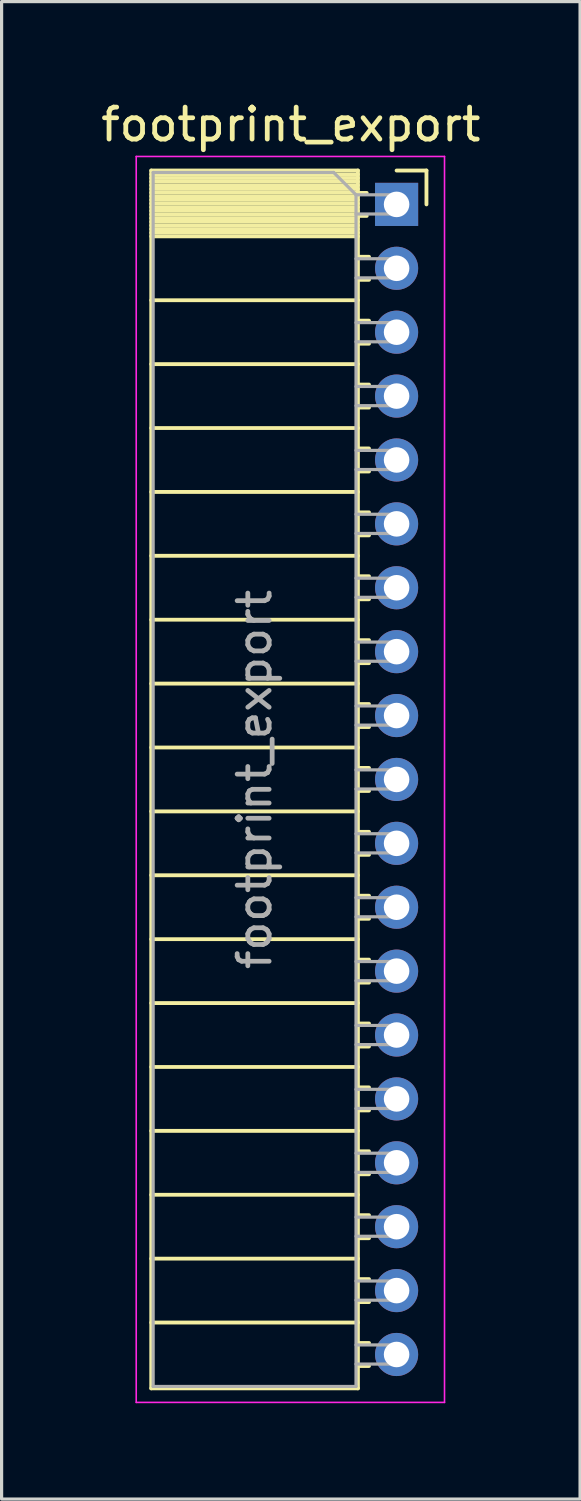
<source format=kicad_pcb>
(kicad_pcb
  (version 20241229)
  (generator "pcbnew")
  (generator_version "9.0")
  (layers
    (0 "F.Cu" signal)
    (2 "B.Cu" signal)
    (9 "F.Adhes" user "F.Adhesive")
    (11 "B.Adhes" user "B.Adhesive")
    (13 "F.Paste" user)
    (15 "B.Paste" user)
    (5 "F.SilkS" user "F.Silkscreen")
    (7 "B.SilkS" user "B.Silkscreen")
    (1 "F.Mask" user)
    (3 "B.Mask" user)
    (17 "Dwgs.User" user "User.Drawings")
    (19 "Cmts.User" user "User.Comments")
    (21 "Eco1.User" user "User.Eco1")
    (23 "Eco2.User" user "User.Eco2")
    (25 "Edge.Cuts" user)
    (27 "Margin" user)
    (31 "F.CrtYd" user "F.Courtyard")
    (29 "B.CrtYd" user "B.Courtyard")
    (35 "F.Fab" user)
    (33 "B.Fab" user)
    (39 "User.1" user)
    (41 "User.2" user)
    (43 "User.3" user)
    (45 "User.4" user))
  (footprint "footprint_export"
    (layer "F.Cu")
    (at 9.364 3.348)
    (property "Reference" "footprint_export" (at -3.31 -2.5 0) (layer "F.SilkS") (effects (font (size 1 1) (thickness 0.15))))
    (attr through_hole)
    (fp_line (start -7.68 -1.06) (end -7.68 37.06) (stroke (width 0.12) (type solid)) (layer "F.SilkS"))
    (fp_line (start -7.68 -1.06) (end -1.21 -1.06) (stroke (width 0.12) (type solid)) (layer "F.SilkS"))
    (fp_line (start -7.68 -0.94) (end -1.21 -0.94) (stroke (width 0.12) (type solid)) (layer "F.SilkS"))
    (fp_line (start -7.68 -0.826) (end -1.21 -0.826) (stroke (width 0.12) (type solid)) (layer "F.SilkS"))
    (fp_line (start -7.68 -0.712) (end -1.21 -0.712) (stroke (width 0.12) (type solid)) (layer "F.SilkS"))
    (fp_line (start -7.68 -0.598) (end -1.21 -0.598) (stroke (width 0.12) (type solid)) (layer "F.SilkS"))
    (fp_line (start -7.68 -0.484) (end -1.21 -0.484) (stroke (width 0.12) (type solid)) (layer "F.SilkS"))
    (fp_line (start -7.68 -0.369) (end -1.21 -0.369) (stroke (width 0.12) (type solid)) (layer "F.SilkS"))
    (fp_line (start -7.68 -0.255) (end -1.21 -0.255) (stroke (width 0.12) (type solid)) (layer "F.SilkS"))
    (fp_line (start -7.68 -0.141) (end -1.21 -0.141) (stroke (width 0.12) (type solid)) (layer "F.SilkS"))
    (fp_line (start -7.68 -0.027) (end -1.21 -0.027) (stroke (width 0.12) (type solid)) (layer "F.SilkS"))
    (fp_line (start -7.68 0.087) (end -1.21 0.087) (stroke (width 0.12) (type solid)) (layer "F.SilkS"))
    (fp_line (start -7.68 0.201) (end -1.21 0.201) (stroke (width 0.12) (type solid)) (layer "F.SilkS"))
    (fp_line (start -7.68 0.315) (end -1.21 0.315) (stroke (width 0.12) (type solid)) (layer "F.SilkS"))
    (fp_line (start -7.68 0.429) (end -1.21 0.429) (stroke (width 0.12) (type solid)) (layer "F.SilkS"))
    (fp_line (start -7.68 0.544) (end -1.21 0.544) (stroke (width 0.12) (type solid)) (layer "F.SilkS"))
    (fp_line (start -7.68 0.658) (end -1.21 0.658) (stroke (width 0.12) (type solid)) (layer "F.SilkS"))
    (fp_line (start -7.68 0.772) (end -1.21 0.772) (stroke (width 0.12) (type solid)) (layer "F.SilkS"))
    (fp_line (start -7.68 0.886) (end -1.21 0.886) (stroke (width 0.12) (type solid)) (layer "F.SilkS"))
    (fp_line (start -7.68 1) (end -1.21 1) (stroke (width 0.12) (type solid)) (layer "F.SilkS"))
    (fp_line (start -7.68 3) (end -1.21 3) (stroke (width 0.12) (type solid)) (layer "F.SilkS"))
    (fp_line (start -7.68 5) (end -1.21 5) (stroke (width 0.12) (type solid)) (layer "F.SilkS"))
    (fp_line (start -7.68 7) (end -1.21 7) (stroke (width 0.12) (type solid)) (layer "F.SilkS"))
    (fp_line (start -7.68 9) (end -1.21 9) (stroke (width 0.12) (type solid)) (layer "F.SilkS"))
    (fp_line (start -7.68 11) (end -1.21 11) (stroke (width 0.12) (type solid)) (layer "F.SilkS"))
    (fp_line (start -7.68 13) (end -1.21 13) (stroke (width 0.12) (type solid)) (layer "F.SilkS"))
    (fp_line (start -7.68 15) (end -1.21 15) (stroke (width 0.12) (type solid)) (layer "F.SilkS"))
    (fp_line (start -7.68 17) (end -1.21 17) (stroke (width 0.12) (type solid)) (layer "F.SilkS"))
    (fp_line (start -7.68 19) (end -1.21 19) (stroke (width 0.12) (type solid)) (layer "F.SilkS"))
    (fp_line (start -7.68 21) (end -1.21 21) (stroke (width 0.12) (type solid)) (layer "F.SilkS"))
    (fp_line (start -7.68 23) (end -1.21 23) (stroke (width 0.12) (type solid)) (layer "F.SilkS"))
    (fp_line (start -7.68 25) (end -1.21 25) (stroke (width 0.12) (type solid)) (layer "F.SilkS"))
    (fp_line (start -7.68 27) (end -1.21 27) (stroke (width 0.12) (type solid)) (layer "F.SilkS"))
    (fp_line (start -7.68 29) (end -1.21 29) (stroke (width 0.12) (type solid)) (layer "F.SilkS"))
    (fp_line (start -7.68 31) (end -1.21 31) (stroke (width 0.12) (type solid)) (layer "F.SilkS"))
    (fp_line (start -7.68 33) (end -1.21 33) (stroke (width 0.12) (type solid)) (layer "F.SilkS"))
    (fp_line (start -7.68 35) (end -1.21 35) (stroke (width 0.12) (type solid)) (layer "F.SilkS"))
    (fp_line (start -7.68 37.06) (end -1.21 37.06) (stroke (width 0.12) (type solid)) (layer "F.SilkS"))
    (fp_line (start -1.21 -1.06) (end -1.21 37.06) (stroke (width 0.12) (type solid)) (layer "F.SilkS"))
    (fp_line (start -1.21 -0.36) (end -0.935 -0.36) (stroke (width 0.12) (type solid)) (layer "F.SilkS"))
    (fp_line (start -1.21 0.36) (end -0.935 0.36) (stroke (width 0.12) (type solid)) (layer "F.SilkS"))
    (fp_line (start -1.21 1.64) (end -0.863 1.64) (stroke (width 0.12) (type solid)) (layer "F.SilkS"))
    (fp_line (start -1.21 2.36) (end -0.863 2.36) (stroke (width 0.12) (type solid)) (layer "F.SilkS"))
    (fp_line (start -1.21 3.64) (end -0.863 3.64) (stroke (width 0.12) (type solid)) (layer "F.SilkS"))
    (fp_line (start -1.21 4.36) (end -0.863 4.36) (stroke (width 0.12) (type solid)) (layer "F.SilkS"))
    (fp_line (start -1.21 5.64) (end -0.863 5.64) (stroke (width 0.12) (type solid)) (layer "F.SilkS"))
    (fp_line (start -1.21 6.36) (end -0.863 6.36) (stroke (width 0.12) (type solid)) (layer "F.SilkS"))
    (fp_line (start -1.21 7.64) (end -0.863 7.64) (stroke (width 0.12) (type solid)) (layer "F.SilkS"))
    (fp_line (start -1.21 8.36) (end -0.863 8.36) (stroke (width 0.12) (type solid)) (layer "F.SilkS"))
    (fp_line (start -1.21 9.64) (end -0.863 9.64) (stroke (width 0.12) (type solid)) (layer "F.SilkS"))
    (fp_line (start -1.21 10.36) (end -0.863 10.36) (stroke (width 0.12) (type solid)) (layer "F.SilkS"))
    (fp_line (start -1.21 11.64) (end -0.863 11.64) (stroke (width 0.12) (type solid)) (layer "F.SilkS"))
    (fp_line (start -1.21 12.36) (end -0.863 12.36) (stroke (width 0.12) (type solid)) (layer "F.SilkS"))
    (fp_line (start -1.21 13.64) (end -0.863 13.64) (stroke (width 0.12) (type solid)) (layer "F.SilkS"))
    (fp_line (start -1.21 14.36) (end -0.863 14.36) (stroke (width 0.12) (type solid)) (layer "F.SilkS"))
    (fp_line (start -1.21 15.64) (end -0.863 15.64) (stroke (width 0.12) (type solid)) (layer "F.SilkS"))
    (fp_line (start -1.21 16.36) (end -0.863 16.36) (stroke (width 0.12) (type solid)) (layer "F.SilkS"))
    (fp_line (start -1.21 17.64) (end -0.863 17.64) (stroke (width 0.12) (type solid)) (layer "F.SilkS"))
    (fp_line (start -1.21 18.36) (end -0.863 18.36) (stroke (width 0.12) (type solid)) (layer "F.SilkS"))
    (fp_line (start -1.21 19.64) (end -0.863 19.64) (stroke (width 0.12) (type solid)) (layer "F.SilkS"))
    (fp_line (start -1.21 20.36) (end -0.863 20.36) (stroke (width 0.12) (type solid)) (layer "F.SilkS"))
    (fp_line (start -1.21 21.64) (end -0.863 21.64) (stroke (width 0.12) (type solid)) (layer "F.SilkS"))
    (fp_line (start -1.21 22.36) (end -0.863 22.36) (stroke (width 0.12) (type solid)) (layer "F.SilkS"))
    (fp_line (start -1.21 23.64) (end -0.863 23.64) (stroke (width 0.12) (type solid)) (layer "F.SilkS"))
    (fp_line (start -1.21 24.36) (end -0.863 24.36) (stroke (width 0.12) (type solid)) (layer "F.SilkS"))
    (fp_line (start -1.21 25.64) (end -0.863 25.64) (stroke (width 0.12) (type solid)) (layer "F.SilkS"))
    (fp_line (start -1.21 26.36) (end -0.863 26.36) (stroke (width 0.12) (type solid)) (layer "F.SilkS"))
    (fp_line (start -1.21 27.64) (end -0.863 27.64) (stroke (width 0.12) (type solid)) (layer "F.SilkS"))
    (fp_line (start -1.21 28.36) (end -0.863 28.36) (stroke (width 0.12) (type solid)) (layer "F.SilkS"))
    (fp_line (start -1.21 29.64) (end -0.863 29.64) (stroke (width 0.12) (type solid)) (layer "F.SilkS"))
    (fp_line (start -1.21 30.36) (end -0.863 30.36) (stroke (width 0.12) (type solid)) (layer "F.SilkS"))
    (fp_line (start -1.21 31.64) (end -0.863 31.64) (stroke (width 0.12) (type solid)) (layer "F.SilkS"))
    (fp_line (start -1.21 32.36) (end -0.863 32.36) (stroke (width 0.12) (type solid)) (layer "F.SilkS"))
    (fp_line (start -1.21 33.64) (end -0.863 33.64) (stroke (width 0.12) (type solid)) (layer "F.SilkS"))
    (fp_line (start -1.21 34.36) (end -0.863 34.36) (stroke (width 0.12) (type solid)) (layer "F.SilkS"))
    (fp_line (start -1.21 35.64) (end -0.863 35.64) (stroke (width 0.12) (type solid)) (layer "F.SilkS"))
    (fp_line (start -1.21 36.36) (end -0.863 36.36) (stroke (width 0.12) (type solid)) (layer "F.SilkS"))
    (fp_line (start 0 -1.06) (end 0.935 -1.06) (stroke (width 0.12) (type solid)) (layer "F.SilkS"))
    (fp_line (start 0.935 -1.06) (end 0.935 0) (stroke (width 0.12) (type solid)) (layer "F.SilkS"))
    (fp_line (start -8.15 -1.5) (end -8.15 37.5) (stroke (width 0.05) (type solid)) (layer "F.CrtYd"))
    (fp_line (start -8.15 37.5) (end 1.5 37.5) (stroke (width 0.05) (type solid)) (layer "F.CrtYd"))
    (fp_line (start 1.5 -1.5) (end -8.15 -1.5) (stroke (width 0.05) (type solid)) (layer "F.CrtYd"))
    (fp_line (start 1.5 37.5) (end 1.5 -1.5) (stroke (width 0.05) (type solid)) (layer "F.CrtYd"))
    (fp_line (start -7.62 -1) (end -1.97 -1) (stroke (width 0.1) (type solid)) (layer "F.Fab"))
    (fp_line (start -7.62 37) (end -7.62 -1) (stroke (width 0.1) (type solid)) (layer "F.Fab"))
    (fp_line (start -1.97 -1) (end -1.27 -0.3) (stroke (width 0.1) (type solid)) (layer "F.Fab"))
    (fp_line (start -1.27 -0.3) (end -1.27 37) (stroke (width 0.1) (type solid)) (layer "F.Fab"))
    (fp_line (start -1.27 0.3) (end 0 0.3) (stroke (width 0.1) (type solid)) (layer "F.Fab"))
    (fp_line (start -1.27 2.3) (end 0 2.3) (stroke (width 0.1) (type solid)) (layer "F.Fab"))
    (fp_line (start -1.27 4.3) (end 0 4.3) (stroke (width 0.1) (type solid)) (layer "F.Fab"))
    (fp_line (start -1.27 6.3) (end 0 6.3) (stroke (width 0.1) (type solid)) (layer "F.Fab"))
    (fp_line (start -1.27 8.3) (end 0 8.3) (stroke (width 0.1) (type solid)) (layer "F.Fab"))
    (fp_line (start -1.27 10.3) (end 0 10.3) (stroke (width 0.1) (type solid)) (layer "F.Fab"))
    (fp_line (start -1.27 12.3) (end 0 12.3) (stroke (width 0.1) (type solid)) (layer "F.Fab"))
    (fp_line (start -1.27 14.3) (end 0 14.3) (stroke (width 0.1) (type solid)) (layer "F.Fab"))
    (fp_line (start -1.27 16.3) (end 0 16.3) (stroke (width 0.1) (type solid)) (layer "F.Fab"))
    (fp_line (start -1.27 18.3) (end 0 18.3) (stroke (width 0.1) (type solid)) (layer "F.Fab"))
    (fp_line (start -1.27 20.3) (end 0 20.3) (stroke (width 0.1) (type solid)) (layer "F.Fab"))
    (fp_line (start -1.27 22.3) (end 0 22.3) (stroke (width 0.1) (type solid)) (layer "F.Fab"))
    (fp_line (start -1.27 24.3) (end 0 24.3) (stroke (width 0.1) (type solid)) (layer "F.Fab"))
    (fp_line (start -1.27 26.3) (end 0 26.3) (stroke (width 0.1) (type solid)) (layer "F.Fab"))
    (fp_line (start -1.27 28.3) (end 0 28.3) (stroke (width 0.1) (type solid)) (layer "F.Fab"))
    (fp_line (start -1.27 30.3) (end 0 30.3) (stroke (width 0.1) (type solid)) (layer "F.Fab"))
    (fp_line (start -1.27 32.3) (end 0 32.3) (stroke (width 0.1) (type solid)) (layer "F.Fab"))
    (fp_line (start -1.27 34.3) (end 0 34.3) (stroke (width 0.1) (type solid)) (layer "F.Fab"))
    (fp_line (start -1.27 36.3) (end 0 36.3) (stroke (width 0.1) (type solid)) (layer "F.Fab"))
    (fp_line (start -1.27 37) (end -7.62 37) (stroke (width 0.1) (type solid)) (layer "F.Fab"))
    (fp_line (start 0 -0.3) (end -1.27 -0.3) (stroke (width 0.1) (type solid)) (layer "F.Fab"))
    (fp_line (start 0 0.3) (end 0 -0.3) (stroke (width 0.1) (type solid)) (layer "F.Fab"))
    (fp_line (start 0 1.7) (end -1.27 1.7) (stroke (width 0.1) (type solid)) (layer "F.Fab"))
    (fp_line (start 0 2.3) (end 0 1.7) (stroke (width 0.1) (type solid)) (layer "F.Fab"))
    (fp_line (start 0 3.7) (end -1.27 3.7) (stroke (width 0.1) (type solid)) (layer "F.Fab"))
    (fp_line (start 0 4.3) (end 0 3.7) (stroke (width 0.1) (type solid)) (layer "F.Fab"))
    (fp_line (start 0 5.7) (end -1.27 5.7) (stroke (width 0.1) (type solid)) (layer "F.Fab"))
    (fp_line (start 0 6.3) (end 0 5.7) (stroke (width 0.1) (type solid)) (layer "F.Fab"))
    (fp_line (start 0 7.7) (end -1.27 7.7) (stroke (width 0.1) (type solid)) (layer "F.Fab"))
    (fp_line (start 0 8.3) (end 0 7.7) (stroke (width 0.1) (type solid)) (layer "F.Fab"))
    (fp_line (start 0 9.7) (end -1.27 9.7) (stroke (width 0.1) (type solid)) (layer "F.Fab"))
    (fp_line (start 0 10.3) (end 0 9.7) (stroke (width 0.1) (type solid)) (layer "F.Fab"))
    (fp_line (start 0 11.7) (end -1.27 11.7) (stroke (width 0.1) (type solid)) (layer "F.Fab"))
    (fp_line (start 0 12.3) (end 0 11.7) (stroke (width 0.1) (type solid)) (layer "F.Fab"))
    (fp_line (start 0 13.7) (end -1.27 13.7) (stroke (width 0.1) (type solid)) (layer "F.Fab"))
    (fp_line (start 0 14.3) (end 0 13.7) (stroke (width 0.1) (type solid)) (layer "F.Fab"))
    (fp_line (start 0 15.7) (end -1.27 15.7) (stroke (width 0.1) (type solid)) (layer "F.Fab"))
    (fp_line (start 0 16.3) (end 0 15.7) (stroke (width 0.1) (type solid)) (layer "F.Fab"))
    (fp_line (start 0 17.7) (end -1.27 17.7) (stroke (width 0.1) (type solid)) (layer "F.Fab"))
    (fp_line (start 0 18.3) (end 0 17.7) (stroke (width 0.1) (type solid)) (layer "F.Fab"))
    (fp_line (start 0 19.7) (end -1.27 19.7) (stroke (width 0.1) (type solid)) (layer "F.Fab"))
    (fp_line (start 0 20.3) (end 0 19.7) (stroke (width 0.1) (type solid)) (layer "F.Fab"))
    (fp_line (start 0 21.7) (end -1.27 21.7) (stroke (width 0.1) (type solid)) (layer "F.Fab"))
    (fp_line (start 0 22.3) (end 0 21.7) (stroke (width 0.1) (type solid)) (layer "F.Fab"))
    (fp_line (start 0 23.7) (end -1.27 23.7) (stroke (width 0.1) (type solid)) (layer "F.Fab"))
    (fp_line (start 0 24.3) (end 0 23.7) (stroke (width 0.1) (type solid)) (layer "F.Fab"))
    (fp_line (start 0 25.7) (end -1.27 25.7) (stroke (width 0.1) (type solid)) (layer "F.Fab"))
    (fp_line (start 0 26.3) (end 0 25.7) (stroke (width 0.1) (type solid)) (layer "F.Fab"))
    (fp_line (start 0 27.7) (end -1.27 27.7) (stroke (width 0.1) (type solid)) (layer "F.Fab"))
    (fp_line (start 0 28.3) (end 0 27.7) (stroke (width 0.1) (type solid)) (layer "F.Fab"))
    (fp_line (start 0 29.7) (end -1.27 29.7) (stroke (width 0.1) (type solid)) (layer "F.Fab"))
    (fp_line (start 0 30.3) (end 0 29.7) (stroke (width 0.1) (type solid)) (layer "F.Fab"))
    (fp_line (start 0 31.7) (end -1.27 31.7) (stroke (width 0.1) (type solid)) (layer "F.Fab"))
    (fp_line (start 0 32.3) (end 0 31.7) (stroke (width 0.1) (type solid)) (layer "F.Fab"))
    (fp_line (start 0 33.7) (end -1.27 33.7) (stroke (width 0.1) (type solid)) (layer "F.Fab"))
    (fp_line (start 0 34.3) (end 0 33.7) (stroke (width 0.1) (type solid)) (layer "F.Fab"))
    (fp_line (start 0 35.7) (end -1.27 35.7) (stroke (width 0.1) (type solid)) (layer "F.Fab"))
    (fp_line (start 0 36.3) (end 0 35.7) (stroke (width 0.1) (type solid)) (layer "F.Fab"))
    (fp_text user "${REFERENCE}" (at -4.445 18 90) (layer "F.Fab") (effects (font (size 1 1) (thickness 0.15))))
    (pad "1" thru_hole rect (at 0 0) (size 1.35 1.35) (drill 0.8) (layers "*.Cu" "*.Mask"))
    (pad "2" thru_hole oval (at 0 2) (size 1.35 1.35) (drill 0.8) (layers "*.Cu" "*.Mask"))
    (pad "3" thru_hole oval (at 0 4) (size 1.35 1.35) (drill 0.8) (layers "*.Cu" "*.Mask"))
    (pad "4" thru_hole oval (at 0 6) (size 1.35 1.35) (drill 0.8) (layers "*.Cu" "*.Mask"))
    (pad "5" thru_hole oval (at 0 8) (size 1.35 1.35) (drill 0.8) (layers "*.Cu" "*.Mask"))
    (pad "6" thru_hole oval (at 0 10) (size 1.35 1.35) (drill 0.8) (layers "*.Cu" "*.Mask"))
    (pad "7" thru_hole oval (at 0 12) (size 1.35 1.35) (drill 0.8) (layers "*.Cu" "*.Mask"))
    (pad "8" thru_hole oval (at 0 14) (size 1.35 1.35) (drill 0.8) (layers "*.Cu" "*.Mask"))
    (pad "9" thru_hole oval (at 0 16) (size 1.35 1.35) (drill 0.8) (layers "*.Cu" "*.Mask"))
    (pad "10" thru_hole oval (at 0 18) (size 1.35 1.35) (drill 0.8) (layers "*.Cu" "*.Mask"))
    (pad "11" thru_hole oval (at 0 20) (size 1.35 1.35) (drill 0.8) (layers "*.Cu" "*.Mask"))
    (pad "12" thru_hole oval (at 0 22) (size 1.35 1.35) (drill 0.8) (layers "*.Cu" "*.Mask"))
    (pad "13" thru_hole oval (at 0 24) (size 1.35 1.35) (drill 0.8) (layers "*.Cu" "*.Mask"))
    (pad "14" thru_hole oval (at 0 26) (size 1.35 1.35) (drill 0.8) (layers "*.Cu" "*.Mask"))
    (pad "15" thru_hole oval (at 0 28) (size 1.35 1.35) (drill 0.8) (layers "*.Cu" "*.Mask"))
    (pad "16" thru_hole oval (at 0 30) (size 1.35 1.35) (drill 0.8) (layers "*.Cu" "*.Mask"))
    (pad "17" thru_hole oval (at 0 32) (size 1.35 1.35) (drill 0.8) (layers "*.Cu" "*.Mask"))
    (pad "18" thru_hole oval (at 0 34) (size 1.35 1.35) (drill 0.8) (layers "*.Cu" "*.Mask"))
    (pad "19" thru_hole oval (at 0 36) (size 1.35 1.35) (drill 0.8) (layers "*.Cu" "*.Mask")))
  (gr_rect
    (start -3 -3)
    (end 15.107 43.873)
    (stroke (width 0.1) (type default))
    (fill no)
    (layer "Edge.Cuts")))
</source>
